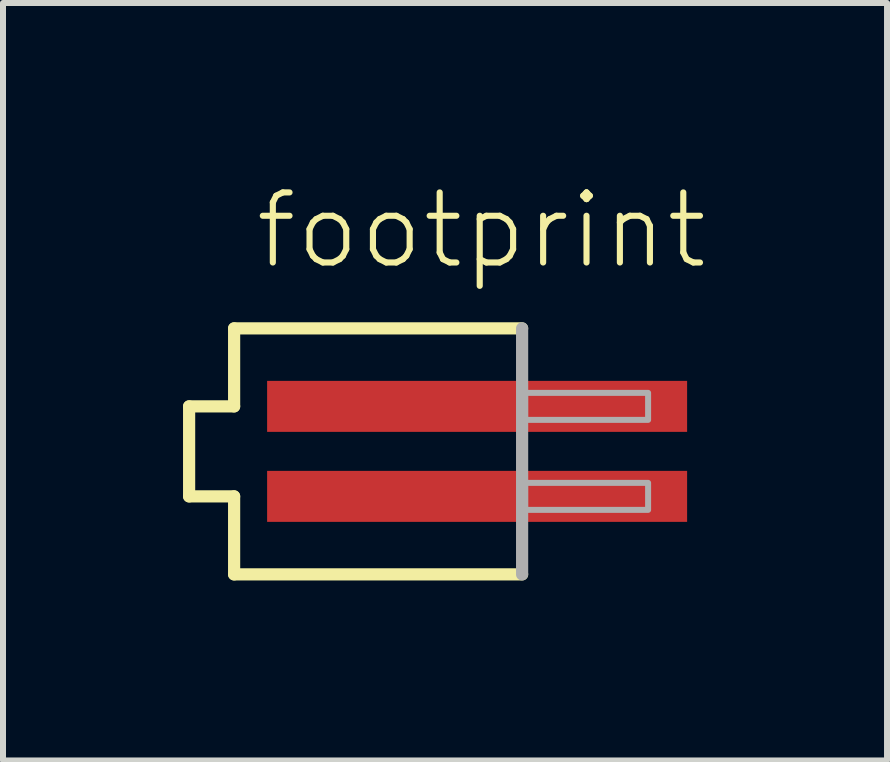
<source format=kicad_pcb>
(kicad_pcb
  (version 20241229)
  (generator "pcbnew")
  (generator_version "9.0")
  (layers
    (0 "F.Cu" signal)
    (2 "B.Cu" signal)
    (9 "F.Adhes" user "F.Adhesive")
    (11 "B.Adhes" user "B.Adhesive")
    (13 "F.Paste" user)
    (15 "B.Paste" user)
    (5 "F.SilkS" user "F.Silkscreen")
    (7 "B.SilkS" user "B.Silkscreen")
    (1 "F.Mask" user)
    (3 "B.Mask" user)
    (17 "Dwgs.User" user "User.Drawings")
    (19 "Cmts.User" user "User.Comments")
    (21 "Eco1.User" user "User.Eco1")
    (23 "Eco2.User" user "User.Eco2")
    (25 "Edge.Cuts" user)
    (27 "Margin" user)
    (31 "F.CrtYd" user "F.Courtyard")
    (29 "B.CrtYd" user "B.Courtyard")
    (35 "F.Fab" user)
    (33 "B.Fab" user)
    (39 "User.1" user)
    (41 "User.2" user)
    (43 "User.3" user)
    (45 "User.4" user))
  (footprint "footprint"
    (layer "F.Cu")
    (at 4.902 4.473)
    (property "Reference" "footprint" (at -3.75 -3 0) (layer "F.SilkS") (effects (font (size 1.168 1.168) (thickness 0.102)) (justify left bottom)))
    (fp_line (start -4.8 -0.75) (end -4.05 -0.75) (stroke (width 0.203) (type solid)) (layer "F.SilkS"))
    (fp_line (start -4.8 0.75) (end -4.8 -0.75) (stroke (width 0.203) (type solid)) (layer "F.SilkS"))
    (fp_line (start -4.05 -2.05) (end 0.75 -2.05) (stroke (width 0.203) (type solid)) (layer "F.SilkS"))
    (fp_line (start -4.05 -0.75) (end -4.05 -2.05) (stroke (width 0.203) (type solid)) (layer "F.SilkS"))
    (fp_line (start -4.05 0.75) (end -4.8 0.75) (stroke (width 0.203) (type solid)) (layer "F.SilkS"))
    (fp_line (start -4.05 2.05) (end -4.05 0.75) (stroke (width 0.203) (type solid)) (layer "F.SilkS"))
    (fp_line (start 0.75 2.05) (end -4.05 2.05) (stroke (width 0.203) (type solid)) (layer "F.SilkS"))
    (fp_line (start 0.75 -2.05) (end 0.75 2.05) (stroke (width 0.203) (type solid)) (layer "F.Fab"))
    (fp_poly (pts (xy 0.8 -0.525) (xy 2.85 -0.525) (xy 2.85 -0.975) (xy 0.8 -0.975)) (stroke (width 0.1) (type solid)) (fill no) (layer "F.Fab"))
    (fp_poly (pts (xy 0.8 0.975) (xy 2.85 0.975) (xy 2.85 0.525) (xy 0.8 0.525)) (stroke (width 0.1) (type solid)) (fill no) (layer "F.Fab"))
    (pad "1" smd rect (at 0 -0.75) (size 7 0.85) (layers "F.Cu" "F.Mask" "F.Paste"))
    (pad "2" smd rect (at 0 0.75) (size 7 0.85) (layers "F.Cu" "F.Mask" "F.Paste")))
  (gr_rect
    (start -3 -3)
    (end 11.734 9.625)
    (stroke (width 0.1) (type default))
    (fill no)
    (layer "Edge.Cuts")))
</source>
